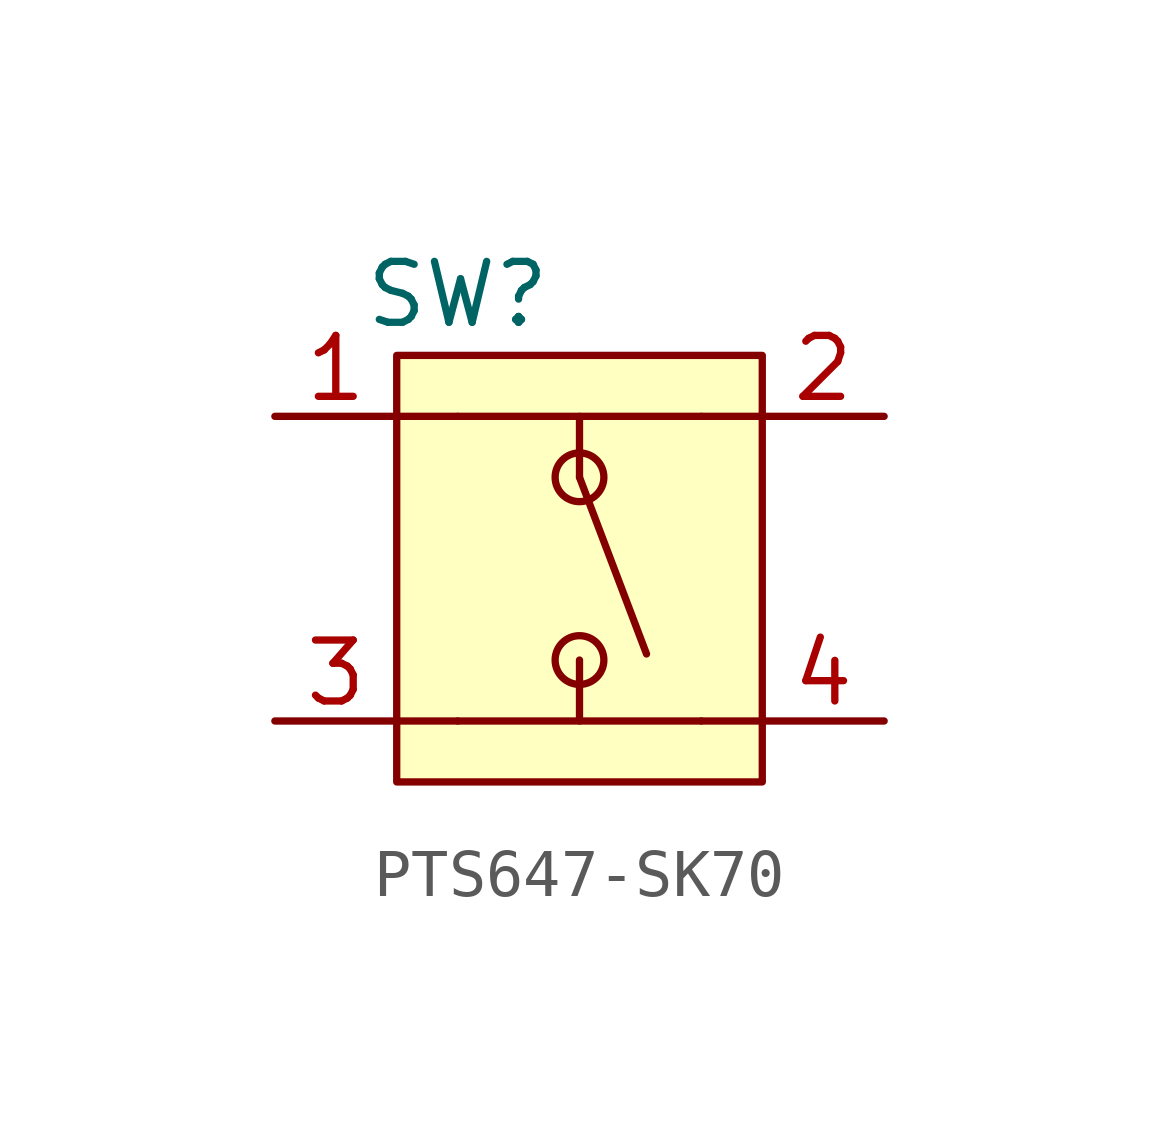
<source format=kicad_sym>
(kicad_symbol_lib
  (version 20220914)
  (generator kicad_symbol_editor)
  (symbol "PTS647-SK70"
    (property "Reference" "SW"
      (at 3.81 2.54 0)
      (effects (font (size 1.27 1.27))))
    (symbol "PTS647-SK70_0_1"
      (polyline (pts (xy 6.35 -1.27) (xy 7.747 -4.953)) (stroke (width 0) (type default)) (fill (type none)))
      (rectangle (start 2.54 -6.35) (end 3.81 -6.35) (stroke (width 0) (type default)) (fill (type none)))
      (rectangle (start 2.54 0) (end 3.81 0) (stroke (width 0) (type default)) (fill (type none)))
      (rectangle (start 3.81 -6.35) (end 8.89 -6.35) (stroke (width 0) (type default)) (fill (type none)))
      (rectangle (start 3.81 0) (end 8.89 0) (stroke (width 0) (type default)) (fill (type none)))
      (rectangle (start 6.35 -5.08) (end 6.35 -6.35) (stroke (width 0) (type default)) (fill (type none)))
      (circle (center 6.35 -5.08) (radius 0.508) (stroke (width 0) (type default)) (fill (type none)))
      (circle (center 6.35 -1.27) (radius 0.508) (stroke (width 0) (type default)) (fill (type none)))
      (rectangle (start 6.35 0) (end 6.35 -1.27) (stroke (width 0) (type default)) (fill (type none)))
      (rectangle (start 8.89 -6.35) (end 10.16 -6.35) (stroke (width 0) (type default)) (fill (type none)))
      (rectangle (start 8.89 0) (end 10.16 0) (stroke (width 0) (type default)) (fill (type none))))
    (symbol "PTS647-SK70_1_1"
      (rectangle (start 2.54 1.27) (end 10.16 -7.62) (stroke (width 0) (type default)) (fill (type background)))
      (pin passive line (at 0 0 0) (length 2.54) (name "" (effects (font (size 1.27 1.27)))) (number "1" (effects (font (size 1.27 1.27)))))
      (pin passive line (at 12.7 0 180) (length 2.54) (name "" (effects (font (size 1.27 1.27)))) (number "2" (effects (font (size 1.27 1.27)))))
      (pin passive line (at 0 -6.35 0) (length 2.54) (name "" (effects (font (size 1.27 1.27)))) (number "3" (effects (font (size 1.27 1.27)))))
      (pin passive line (at 12.7 -6.35 180) (length 2.54) (name "" (effects (font (size 1.27 1.27)))) (number "4" (effects (font (size 1.27 1.27))))))))
</source>
